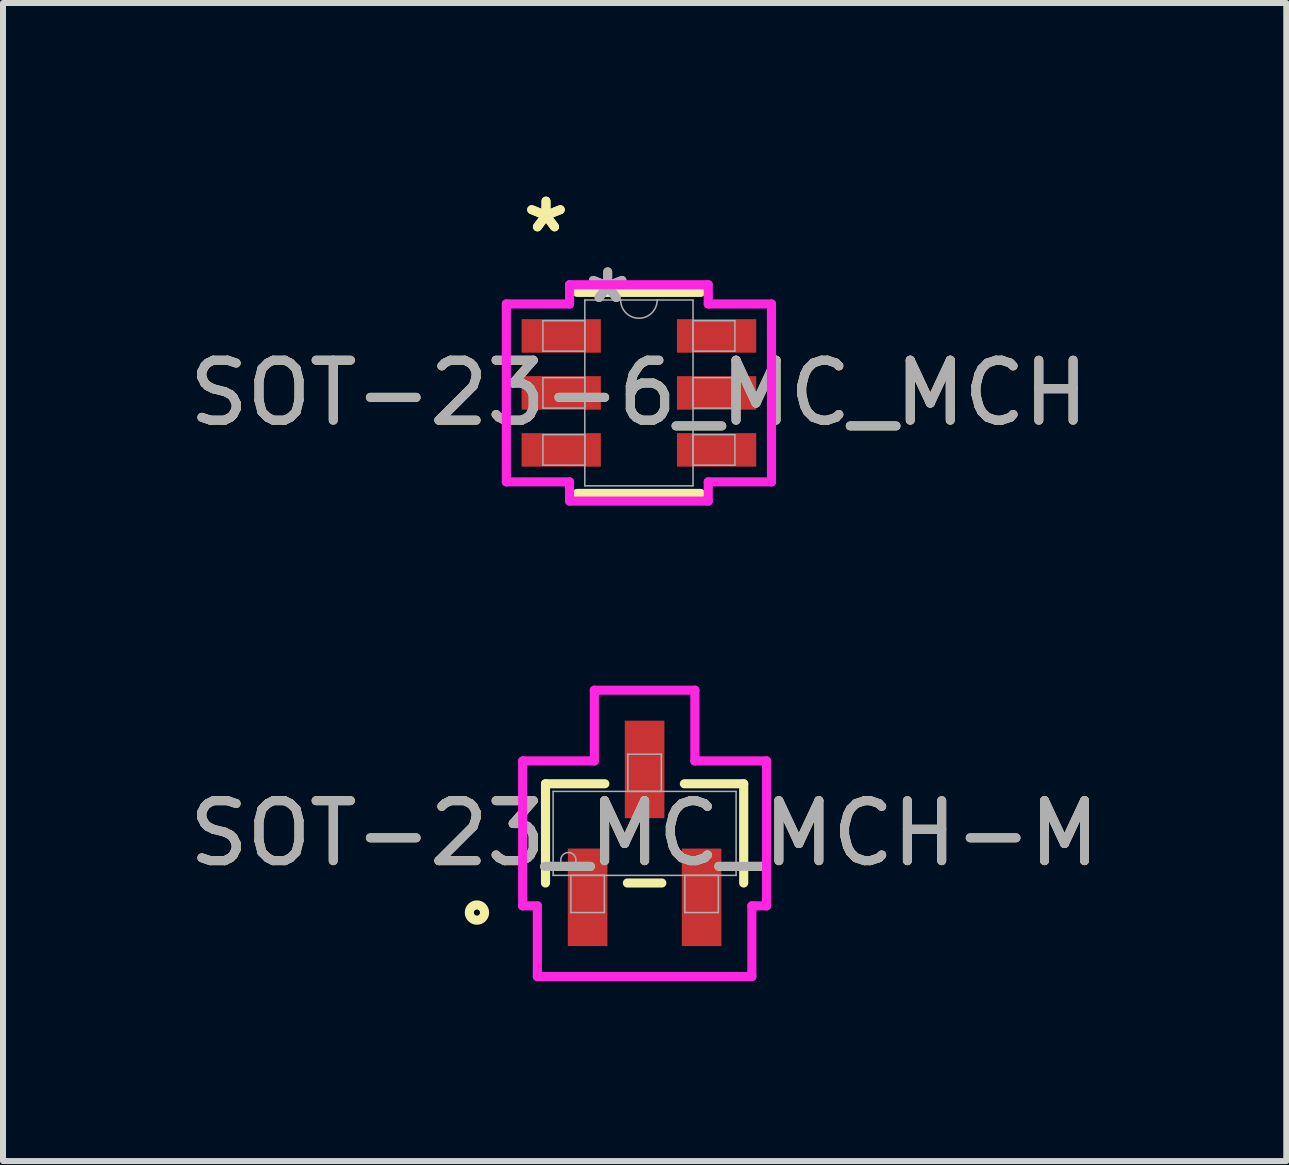
<source format=kicad_pcb>
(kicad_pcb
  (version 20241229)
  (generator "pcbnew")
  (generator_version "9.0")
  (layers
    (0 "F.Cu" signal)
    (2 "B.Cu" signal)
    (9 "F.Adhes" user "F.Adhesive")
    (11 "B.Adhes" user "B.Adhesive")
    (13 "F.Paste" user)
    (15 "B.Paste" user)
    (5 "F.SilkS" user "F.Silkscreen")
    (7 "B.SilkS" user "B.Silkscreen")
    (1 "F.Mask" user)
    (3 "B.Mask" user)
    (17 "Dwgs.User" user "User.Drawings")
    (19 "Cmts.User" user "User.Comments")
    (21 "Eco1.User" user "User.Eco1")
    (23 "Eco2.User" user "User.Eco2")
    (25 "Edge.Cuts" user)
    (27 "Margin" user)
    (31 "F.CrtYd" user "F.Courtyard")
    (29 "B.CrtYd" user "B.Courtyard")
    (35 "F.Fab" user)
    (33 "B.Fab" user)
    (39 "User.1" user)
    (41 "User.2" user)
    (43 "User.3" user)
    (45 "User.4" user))
  (footprint "SOT-23-6_MC_MCH"
    (layer "F.Cu")
    (at 7.601 3.5)
    (property "Reference" "SOT-23-6_MC_MCH" (at 0 0 0) (unlocked yes) (layer "F.SilkS") (effects (font (size 1 1) (thickness 0.15))))
    (attr smd)
    (fp_line (start -1.029 1.676) (end 1.029 1.676) (stroke (width 0.152) (type solid)) (layer "F.SilkS"))
    (fp_line (start 1.029 -1.676) (end -1.029 -1.676) (stroke (width 0.152) (type solid)) (layer "F.SilkS"))
    (fp_line (start -2.21 -1.483) (end -1.156 -1.483) (stroke (width 0.152) (type solid)) (layer "F.CrtYd"))
    (fp_line (start -2.21 1.483) (end -2.21 -1.483) (stroke (width 0.152) (type solid)) (layer "F.CrtYd"))
    (fp_line (start -2.21 1.483) (end -1.156 1.483) (stroke (width 0.152) (type solid)) (layer "F.CrtYd"))
    (fp_line (start -1.156 -1.803) (end 1.156 -1.803) (stroke (width 0.152) (type solid)) (layer "F.CrtYd"))
    (fp_line (start -1.156 -1.483) (end -1.156 -1.803) (stroke (width 0.152) (type solid)) (layer "F.CrtYd"))
    (fp_line (start -1.156 1.803) (end -1.156 1.483) (stroke (width 0.152) (type solid)) (layer "F.CrtYd"))
    (fp_line (start 1.156 -1.803) (end 1.156 -1.483) (stroke (width 0.152) (type solid)) (layer "F.CrtYd"))
    (fp_line (start 1.156 1.483) (end 1.156 1.803) (stroke (width 0.152) (type solid)) (layer "F.CrtYd"))
    (fp_line (start 1.156 1.803) (end -1.156 1.803) (stroke (width 0.152) (type solid)) (layer "F.CrtYd"))
    (fp_line (start 2.21 -1.483) (end 1.156 -1.483) (stroke (width 0.152) (type solid)) (layer "F.CrtYd"))
    (fp_line (start 2.21 -1.483) (end 2.21 1.483) (stroke (width 0.152) (type solid)) (layer "F.CrtYd"))
    (fp_line (start 2.21 1.483) (end 1.156 1.483) (stroke (width 0.152) (type solid)) (layer "F.CrtYd"))
    (fp_line (start -1.6 -1.204) (end -1.6 -0.696) (stroke (width 0.025) (type solid)) (layer "F.Fab"))
    (fp_line (start -1.6 -0.696) (end -0.902 -0.696) (stroke (width 0.025) (type solid)) (layer "F.Fab"))
    (fp_line (start -1.6 -0.254) (end -1.6 0.254) (stroke (width 0.025) (type solid)) (layer "F.Fab"))
    (fp_line (start -1.6 0.254) (end -0.902 0.254) (stroke (width 0.025) (type solid)) (layer "F.Fab"))
    (fp_line (start -1.6 0.696) (end -1.6 1.204) (stroke (width 0.025) (type solid)) (layer "F.Fab"))
    (fp_line (start -1.6 1.204) (end -0.902 1.204) (stroke (width 0.025) (type solid)) (layer "F.Fab"))
    (fp_line (start -0.902 -1.549) (end -0.902 1.549) (stroke (width 0.025) (type solid)) (layer "F.Fab"))
    (fp_line (start -0.902 -1.204) (end -1.6 -1.204) (stroke (width 0.025) (type solid)) (layer "F.Fab"))
    (fp_line (start -0.902 -0.696) (end -0.902 -1.204) (stroke (width 0.025) (type solid)) (layer "F.Fab"))
    (fp_line (start -0.902 -0.254) (end -1.6 -0.254) (stroke (width 0.025) (type solid)) (layer "F.Fab"))
    (fp_line (start -0.902 0.254) (end -0.902 -0.254) (stroke (width 0.025) (type solid)) (layer "F.Fab"))
    (fp_line (start -0.902 0.696) (end -1.6 0.696) (stroke (width 0.025) (type solid)) (layer "F.Fab"))
    (fp_line (start -0.902 1.204) (end -0.902 0.696) (stroke (width 0.025) (type solid)) (layer "F.Fab"))
    (fp_line (start -0.902 1.549) (end 0.902 1.549) (stroke (width 0.025) (type solid)) (layer "F.Fab"))
    (fp_line (start 0.902 -1.549) (end -0.902 -1.549) (stroke (width 0.025) (type solid)) (layer "F.Fab"))
    (fp_line (start 0.902 -1.204) (end 0.902 -0.696) (stroke (width 0.025) (type solid)) (layer "F.Fab"))
    (fp_line (start 0.902 -0.696) (end 1.6 -0.696) (stroke (width 0.025) (type solid)) (layer "F.Fab"))
    (fp_line (start 0.902 -0.254) (end 0.902 0.254) (stroke (width 0.025) (type solid)) (layer "F.Fab"))
    (fp_line (start 0.902 0.254) (end 1.6 0.254) (stroke (width 0.025) (type solid)) (layer "F.Fab"))
    (fp_line (start 0.902 0.696) (end 0.902 1.204) (stroke (width 0.025) (type solid)) (layer "F.Fab"))
    (fp_line (start 0.902 1.204) (end 1.6 1.204) (stroke (width 0.025) (type solid)) (layer "F.Fab"))
    (fp_line (start 0.902 1.549) (end 0.902 -1.549) (stroke (width 0.025) (type solid)) (layer "F.Fab"))
    (fp_line (start 1.6 -1.204) (end 0.902 -1.204) (stroke (width 0.025) (type solid)) (layer "F.Fab"))
    (fp_line (start 1.6 -0.696) (end 1.6 -1.204) (stroke (width 0.025) (type solid)) (layer "F.Fab"))
    (fp_line (start 1.6 -0.254) (end 0.902 -0.254) (stroke (width 0.025) (type solid)) (layer "F.Fab"))
    (fp_line (start 1.6 0.254) (end 1.6 -0.254) (stroke (width 0.025) (type solid)) (layer "F.Fab"))
    (fp_line (start 1.6 0.696) (end 0.902 0.696) (stroke (width 0.025) (type solid)) (layer "F.Fab"))
    (fp_line (start 1.6 1.204) (end 1.6 0.696) (stroke (width 0.025) (type solid)) (layer "F.Fab"))
    (fp_arc (start 0.3048 -1.5494) (mid 0 -1.2446) (end -0.3048 -1.5494) (stroke (width 0.0254) (type solid)) (layer "F.Fab"))
    (fp_text user "*" (at -1.549 -2.652 0) (layer "F.SilkS") (effects (font (size 1 1) (thickness 0.15))))
    (fp_text user "*" (at -1.549 -2.652 0) (unlocked yes) (layer "F.SilkS") (effects (font (size 1 1) (thickness 0.15))))
    (fp_text user "*" (at -0.521 -1.473 0) (unlocked yes) (layer "F.Fab") (effects (font (size 1 1) (thickness 0.15))))
    (fp_text user "*" (at -0.521 -1.473 0) (layer "F.Fab") (effects (font (size 1 1) (thickness 0.15))))
    (fp_text user "${REFERENCE}" (at 0 0 0) (unlocked yes) (layer "F.Fab") (effects (font (size 1 1) (thickness 0.15))))
    (pad "1" smd rect (at -1.295 -0.95) (size 1.321 0.559) (layers "F.Cu" "F.Mask" "F.Paste"))
    (pad "2" smd rect (at -1.295 0) (size 1.321 0.559) (layers "F.Cu" "F.Mask" "F.Paste"))
    (pad "3" smd rect (at -1.295 0.95) (size 1.321 0.559) (layers "F.Cu" "F.Mask" "F.Paste"))
    (pad "4" smd rect (at 1.295 0.95) (size 1.321 0.559) (layers "F.Cu" "F.Mask" "F.Paste"))
    (pad "5" smd rect (at 1.295 0) (size 1.321 0.559) (layers "F.Cu" "F.Mask" "F.Paste"))
    (pad "6" smd rect (at 1.295 -0.95) (size 1.321 0.559) (layers "F.Cu" "F.Mask" "F.Paste")))
  (footprint "SOT-23_MC_MCH-M"
    (layer "F.Cu")
    (at 7.696 10.843)
    (property "Reference" "SOT-23_MC_MCH-M" (at 0 0 0) (unlocked yes) (layer "F.SilkS") (effects (font (size 1 1) (thickness 0.15))))
    (attr smd)
    (fp_line (start -1.652 -0.827) (end -1.652 0.827) (stroke (width 0.152) (type solid)) (layer "F.SilkS"))
    (fp_line (start -0.663 -0.827) (end -1.652 -0.827) (stroke (width 0.152) (type solid)) (layer "F.SilkS"))
    (fp_line (start -0.287 0.827) (end 0.287 0.827) (stroke (width 0.152) (type solid)) (layer "F.SilkS"))
    (fp_line (start 1.652 -0.827) (end 0.663 -0.827) (stroke (width 0.152) (type solid)) (layer "F.SilkS"))
    (fp_line (start 1.652 0.827) (end 1.652 -0.827) (stroke (width 0.152) (type solid)) (layer "F.SilkS"))
    (fp_circle (center -2.795 1.32) (end -2.668 1.32) (stroke (width 0.152) (type solid)) (fill no) (layer "F.SilkS"))
    (fp_line (start -2.033 -1.208) (end -0.838 -1.208) (stroke (width 0.152) (type solid)) (layer "F.CrtYd"))
    (fp_line (start -2.033 1.208) (end -2.033 -1.208) (stroke (width 0.152) (type solid)) (layer "F.CrtYd"))
    (fp_line (start -2.033 1.208) (end -1.788 1.208) (stroke (width 0.152) (type solid)) (layer "F.CrtYd"))
    (fp_line (start -1.788 1.208) (end -1.788 2.387) (stroke (width 0.152) (type solid)) (layer "F.CrtYd"))
    (fp_line (start -1.788 2.387) (end 1.788 2.387) (stroke (width 0.152) (type solid)) (layer "F.CrtYd"))
    (fp_line (start -0.838 -2.387) (end 0.838 -2.387) (stroke (width 0.152) (type solid)) (layer "F.CrtYd"))
    (fp_line (start -0.838 -1.208) (end -0.838 -2.387) (stroke (width 0.152) (type solid)) (layer "F.CrtYd"))
    (fp_line (start 0.838 -1.208) (end 0.838 -2.387) (stroke (width 0.152) (type solid)) (layer "F.CrtYd"))
    (fp_line (start 1.788 1.208) (end 1.788 2.387) (stroke (width 0.152) (type solid)) (layer "F.CrtYd"))
    (fp_line (start 2.033 -1.208) (end 0.838 -1.208) (stroke (width 0.152) (type solid)) (layer "F.CrtYd"))
    (fp_line (start 2.033 -1.208) (end 2.033 1.208) (stroke (width 0.152) (type solid)) (layer "F.CrtYd"))
    (fp_line (start 2.033 1.208) (end 1.788 1.208) (stroke (width 0.152) (type solid)) (layer "F.CrtYd"))
    (fp_line (start -1.525 -0.7) (end -1.525 0.7) (stroke (width 0.025) (type solid)) (layer "F.Fab"))
    (fp_line (start -1.525 0.7) (end 1.525 0.7) (stroke (width 0.025) (type solid)) (layer "F.Fab"))
    (fp_line (start -1.229 0.7) (end -1.229 1.32) (stroke (width 0.025) (type solid)) (layer "F.Fab"))
    (fp_line (start -1.229 1.32) (end -0.671 1.32) (stroke (width 0.025) (type solid)) (layer "F.Fab"))
    (fp_line (start -0.671 0.7) (end -1.229 0.7) (stroke (width 0.025) (type solid)) (layer "F.Fab"))
    (fp_line (start -0.671 1.32) (end -0.671 0.7) (stroke (width 0.025) (type solid)) (layer "F.Fab"))
    (fp_line (start -0.279 -1.32) (end -0.279 -0.7) (stroke (width 0.025) (type solid)) (layer "F.Fab"))
    (fp_line (start -0.279 -0.7) (end 0.279 -0.7) (stroke (width 0.025) (type solid)) (layer "F.Fab"))
    (fp_line (start 0.279 -1.32) (end -0.279 -1.32) (stroke (width 0.025) (type solid)) (layer "F.Fab"))
    (fp_line (start 0.279 -0.7) (end 0.279 -1.32) (stroke (width 0.025) (type solid)) (layer "F.Fab"))
    (fp_line (start 0.671 0.7) (end 0.671 1.32) (stroke (width 0.025) (type solid)) (layer "F.Fab"))
    (fp_line (start 0.671 1.32) (end 1.229 1.32) (stroke (width 0.025) (type solid)) (layer "F.Fab"))
    (fp_line (start 1.229 0.7) (end 0.671 0.7) (stroke (width 0.025) (type solid)) (layer "F.Fab"))
    (fp_line (start 1.229 1.32) (end 1.229 0.7) (stroke (width 0.025) (type solid)) (layer "F.Fab"))
    (fp_line (start 1.525 -0.7) (end -1.525 -0.7) (stroke (width 0.025) (type solid)) (layer "F.Fab"))
    (fp_line (start 1.525 0.7) (end 1.525 -0.7) (stroke (width 0.025) (type solid)) (layer "F.Fab"))
    (fp_circle (center -1.271 0.446) (end -1.144 0.446) (stroke (width 0.025) (type solid)) (fill no) (layer "F.Fab"))
    (fp_text user "${REFERENCE}" (at 0 0 0) (unlocked yes) (layer "F.Fab") (effects (font (size 1 1) (thickness 0.15))))
    (pad "1" smd rect (at -0.95 1.066) (size 0.66 1.626) (layers "F.Cu" "F.Mask" "F.Paste"))
    (pad "2" smd rect (at 0.95 1.066) (size 0.66 1.626) (layers "F.Cu" "F.Mask" "F.Paste"))
    (pad "3" smd rect (at 0 -1.066) (size 0.66 1.626) (layers "F.Cu" "F.Mask" "F.Paste")))
  (gr_rect
    (start -3 -3)
    (end 18.393 16.306)
    (stroke (width 0.1) (type default))
    (fill no)
    (layer "Edge.Cuts")))
</source>
